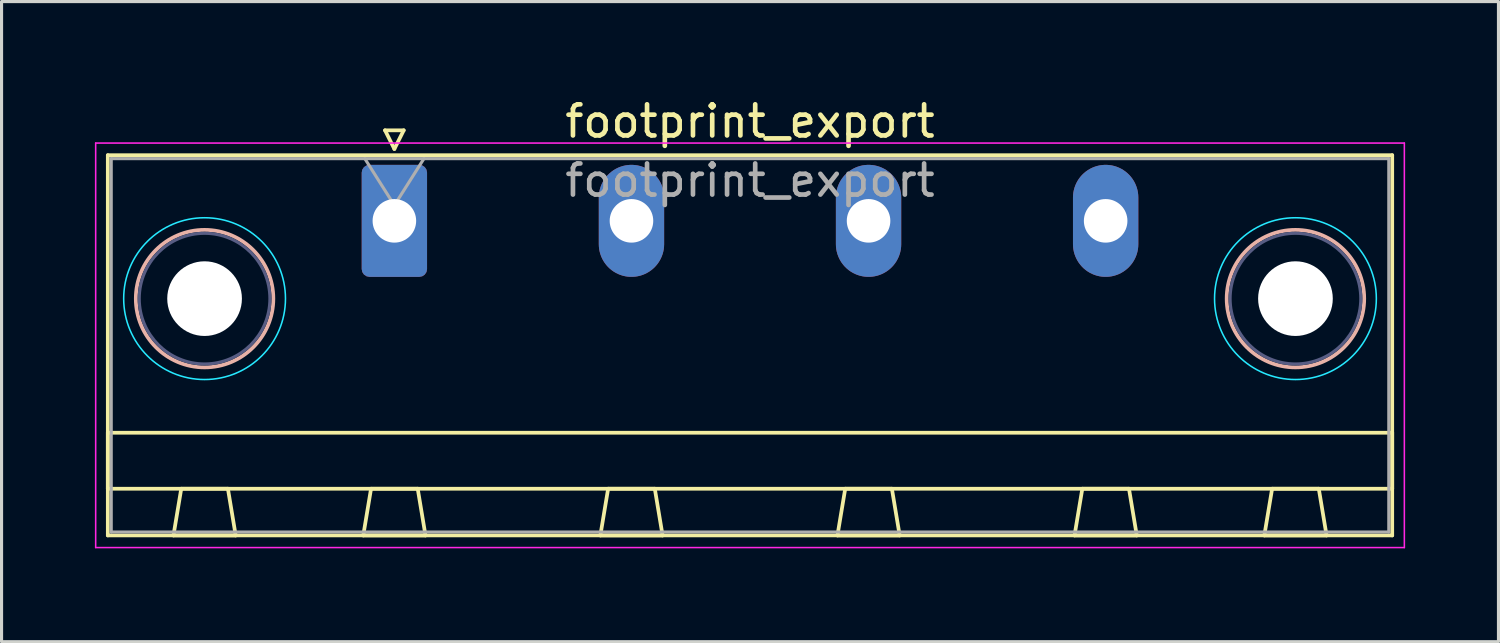
<source format=kicad_pcb>
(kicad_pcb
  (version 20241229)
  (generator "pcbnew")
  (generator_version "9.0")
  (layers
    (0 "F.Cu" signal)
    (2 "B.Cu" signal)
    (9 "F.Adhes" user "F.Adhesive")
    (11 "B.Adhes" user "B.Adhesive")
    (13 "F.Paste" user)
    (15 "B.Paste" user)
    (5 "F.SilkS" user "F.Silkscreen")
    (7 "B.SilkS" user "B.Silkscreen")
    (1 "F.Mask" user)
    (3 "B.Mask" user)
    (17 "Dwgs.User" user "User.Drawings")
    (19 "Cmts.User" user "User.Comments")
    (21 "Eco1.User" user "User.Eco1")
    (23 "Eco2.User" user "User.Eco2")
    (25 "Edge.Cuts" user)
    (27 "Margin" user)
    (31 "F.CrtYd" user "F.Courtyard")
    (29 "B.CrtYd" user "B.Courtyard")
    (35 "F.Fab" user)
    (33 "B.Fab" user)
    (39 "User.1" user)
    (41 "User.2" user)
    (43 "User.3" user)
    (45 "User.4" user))
  (footprint "footprint_export"
    (layer "F.Cu")
    (at 9.625 4.048)
    (property "Reference" "footprint_export" (at 11.43 -3.2 0) (layer "F.SilkS") (effects (font (size 1 1) (thickness 0.15))))
    (attr through_hole)
    (fp_line (start -9.21 -2.11) (end -9.21 10.11) (stroke (width 0.12) (type solid)) (layer "F.SilkS"))
    (fp_line (start -9.21 6.81) (end 32.07 6.81) (stroke (width 0.12) (type solid)) (layer "F.SilkS"))
    (fp_line (start -9.21 8.61) (end -9.21 6.81) (stroke (width 0.12) (type solid)) (layer "F.SilkS"))
    (fp_line (start -9.21 10.11) (end 32.07 10.11) (stroke (width 0.12) (type solid)) (layer "F.SilkS"))
    (fp_line (start -7.1 10.11) (end -5.1 10.11) (stroke (width 0.12) (type solid)) (layer "F.SilkS"))
    (fp_line (start -6.85 8.61) (end -7.1 10.11) (stroke (width 0.12) (type solid)) (layer "F.SilkS"))
    (fp_line (start -5.35 8.61) (end -6.85 8.61) (stroke (width 0.12) (type solid)) (layer "F.SilkS"))
    (fp_line (start -5.1 10.11) (end -5.35 8.61) (stroke (width 0.12) (type solid)) (layer "F.SilkS"))
    (fp_line (start -1 10.11) (end 1 10.11) (stroke (width 0.12) (type solid)) (layer "F.SilkS"))
    (fp_line (start -0.75 8.61) (end -1 10.11) (stroke (width 0.12) (type solid)) (layer "F.SilkS"))
    (fp_line (start -0.3 -2.91) (end 0.3 -2.91) (stroke (width 0.12) (type solid)) (layer "F.SilkS"))
    (fp_line (start 0 -2.31) (end -0.3 -2.91) (stroke (width 0.12) (type solid)) (layer "F.SilkS"))
    (fp_line (start 0.3 -2.91) (end 0 -2.31) (stroke (width 0.12) (type solid)) (layer "F.SilkS"))
    (fp_line (start 0.75 8.61) (end -0.75 8.61) (stroke (width 0.12) (type solid)) (layer "F.SilkS"))
    (fp_line (start 1 10.11) (end 0.75 8.61) (stroke (width 0.12) (type solid)) (layer "F.SilkS"))
    (fp_line (start 6.62 10.11) (end 8.62 10.11) (stroke (width 0.12) (type solid)) (layer "F.SilkS"))
    (fp_line (start 6.87 8.61) (end 6.62 10.11) (stroke (width 0.12) (type solid)) (layer "F.SilkS"))
    (fp_line (start 8.37 8.61) (end 6.87 8.61) (stroke (width 0.12) (type solid)) (layer "F.SilkS"))
    (fp_line (start 8.62 10.11) (end 8.37 8.61) (stroke (width 0.12) (type solid)) (layer "F.SilkS"))
    (fp_line (start 14.24 10.11) (end 16.24 10.11) (stroke (width 0.12) (type solid)) (layer "F.SilkS"))
    (fp_line (start 14.49 8.61) (end 14.24 10.11) (stroke (width 0.12) (type solid)) (layer "F.SilkS"))
    (fp_line (start 15.99 8.61) (end 14.49 8.61) (stroke (width 0.12) (type solid)) (layer "F.SilkS"))
    (fp_line (start 16.24 10.11) (end 15.99 8.61) (stroke (width 0.12) (type solid)) (layer "F.SilkS"))
    (fp_line (start 21.86 10.11) (end 23.86 10.11) (stroke (width 0.12) (type solid)) (layer "F.SilkS"))
    (fp_line (start 22.11 8.61) (end 21.86 10.11) (stroke (width 0.12) (type solid)) (layer "F.SilkS"))
    (fp_line (start 23.61 8.61) (end 22.11 8.61) (stroke (width 0.12) (type solid)) (layer "F.SilkS"))
    (fp_line (start 23.86 10.11) (end 23.61 8.61) (stroke (width 0.12) (type solid)) (layer "F.SilkS"))
    (fp_line (start 27.96 10.11) (end 29.96 10.11) (stroke (width 0.12) (type solid)) (layer "F.SilkS"))
    (fp_line (start 28.21 8.61) (end 27.96 10.11) (stroke (width 0.12) (type solid)) (layer "F.SilkS"))
    (fp_line (start 29.71 8.61) (end 28.21 8.61) (stroke (width 0.12) (type solid)) (layer "F.SilkS"))
    (fp_line (start 29.96 10.11) (end 29.71 8.61) (stroke (width 0.12) (type solid)) (layer "F.SilkS"))
    (fp_line (start 32.07 -2.11) (end -9.21 -2.11) (stroke (width 0.12) (type solid)) (layer "F.SilkS"))
    (fp_line (start 32.07 6.81) (end 32.07 8.61) (stroke (width 0.12) (type solid)) (layer "F.SilkS"))
    (fp_line (start 32.07 8.61) (end -9.21 8.61) (stroke (width 0.12) (type solid)) (layer "F.SilkS"))
    (fp_line (start 32.07 10.11) (end 32.07 -2.11) (stroke (width 0.12) (type solid)) (layer "F.SilkS"))
    (fp_circle (center -6.1 2.5) (end -3.89 2.5) (stroke (width 0.12) (type solid)) (fill no) (layer "B.SilkS"))
    (fp_circle (center 28.96 2.5) (end 31.17 2.5) (stroke (width 0.12) (type solid)) (fill no) (layer "B.SilkS"))
    (fp_circle (center -6.1 2.5) (end -3.5 2.5) (stroke (width 0.05) (type solid)) (fill no) (layer "B.CrtYd"))
    (fp_circle (center 28.96 2.5) (end 31.56 2.5) (stroke (width 0.05) (type solid)) (fill no) (layer "B.CrtYd"))
    (fp_line (start -9.6 -2.5) (end -9.6 10.5) (stroke (width 0.05) (type solid)) (layer "F.CrtYd"))
    (fp_line (start -9.6 10.5) (end 32.46 10.5) (stroke (width 0.05) (type solid)) (layer "F.CrtYd"))
    (fp_line (start 32.46 -2.5) (end -9.6 -2.5) (stroke (width 0.05) (type solid)) (layer "F.CrtYd"))
    (fp_line (start 32.46 10.5) (end 32.46 -2.5) (stroke (width 0.05) (type solid)) (layer "F.CrtYd"))
    (fp_circle (center -6.1 2.5) (end -4 2.5) (stroke (width 0.1) (type solid)) (fill no) (layer "B.Fab"))
    (fp_circle (center 28.96 2.5) (end 31.06 2.5) (stroke (width 0.1) (type solid)) (fill no) (layer "B.Fab"))
    (fp_line (start -9.1 -2) (end -9.1 10) (stroke (width 0.1) (type solid)) (layer "F.Fab"))
    (fp_line (start -9.1 10) (end 31.96 10) (stroke (width 0.1) (type solid)) (layer "F.Fab"))
    (fp_line (start 0 -0.5) (end -0.95 -2) (stroke (width 0.1) (type solid)) (layer "F.Fab"))
    (fp_line (start 0.95 -2) (end 0 -0.5) (stroke (width 0.1) (type solid)) (layer "F.Fab"))
    (fp_line (start 31.96 -2) (end -9.1 -2) (stroke (width 0.1) (type solid)) (layer "F.Fab"))
    (fp_line (start 31.96 10) (end 31.96 -2) (stroke (width 0.1) (type solid)) (layer "F.Fab"))
    (fp_text user "${REFERENCE}" (at 11.43 -1.3 0) (layer "F.Fab") (effects (font (size 1 1) (thickness 0.15))))
    (pad "" np_thru_hole circle (at -6.1 2.5) (size 2.4 2.4) (drill 2.4) (layers "*.Cu" "*.Mask"))
    (pad "" np_thru_hole circle (at 28.96 2.5) (size 2.4 2.4) (drill 2.4) (layers "*.Cu" "*.Mask"))
    (pad "1" thru_hole roundrect (at 0 0) (size 2.1 3.6) (drill 1.4) (layers "*.Cu" "*.Mask") (roundrect_rratio 0.119))
    (pad "2" thru_hole oval (at 7.62 0) (size 2.1 3.6) (drill 1.4) (layers "*.Cu" "*.Mask"))
    (pad "3" thru_hole oval (at 15.24 0) (size 2.1 3.6) (drill 1.4) (layers "*.Cu" "*.Mask"))
    (pad "4" thru_hole oval (at 22.86 0) (size 2.1 3.6) (drill 1.4) (layers "*.Cu" "*.Mask")))
  (gr_rect
    (start -3 -3)
    (end 45.11 17.573)
    (stroke (width 0.1) (type default))
    (fill no)
    (layer "Edge.Cuts")))
</source>
